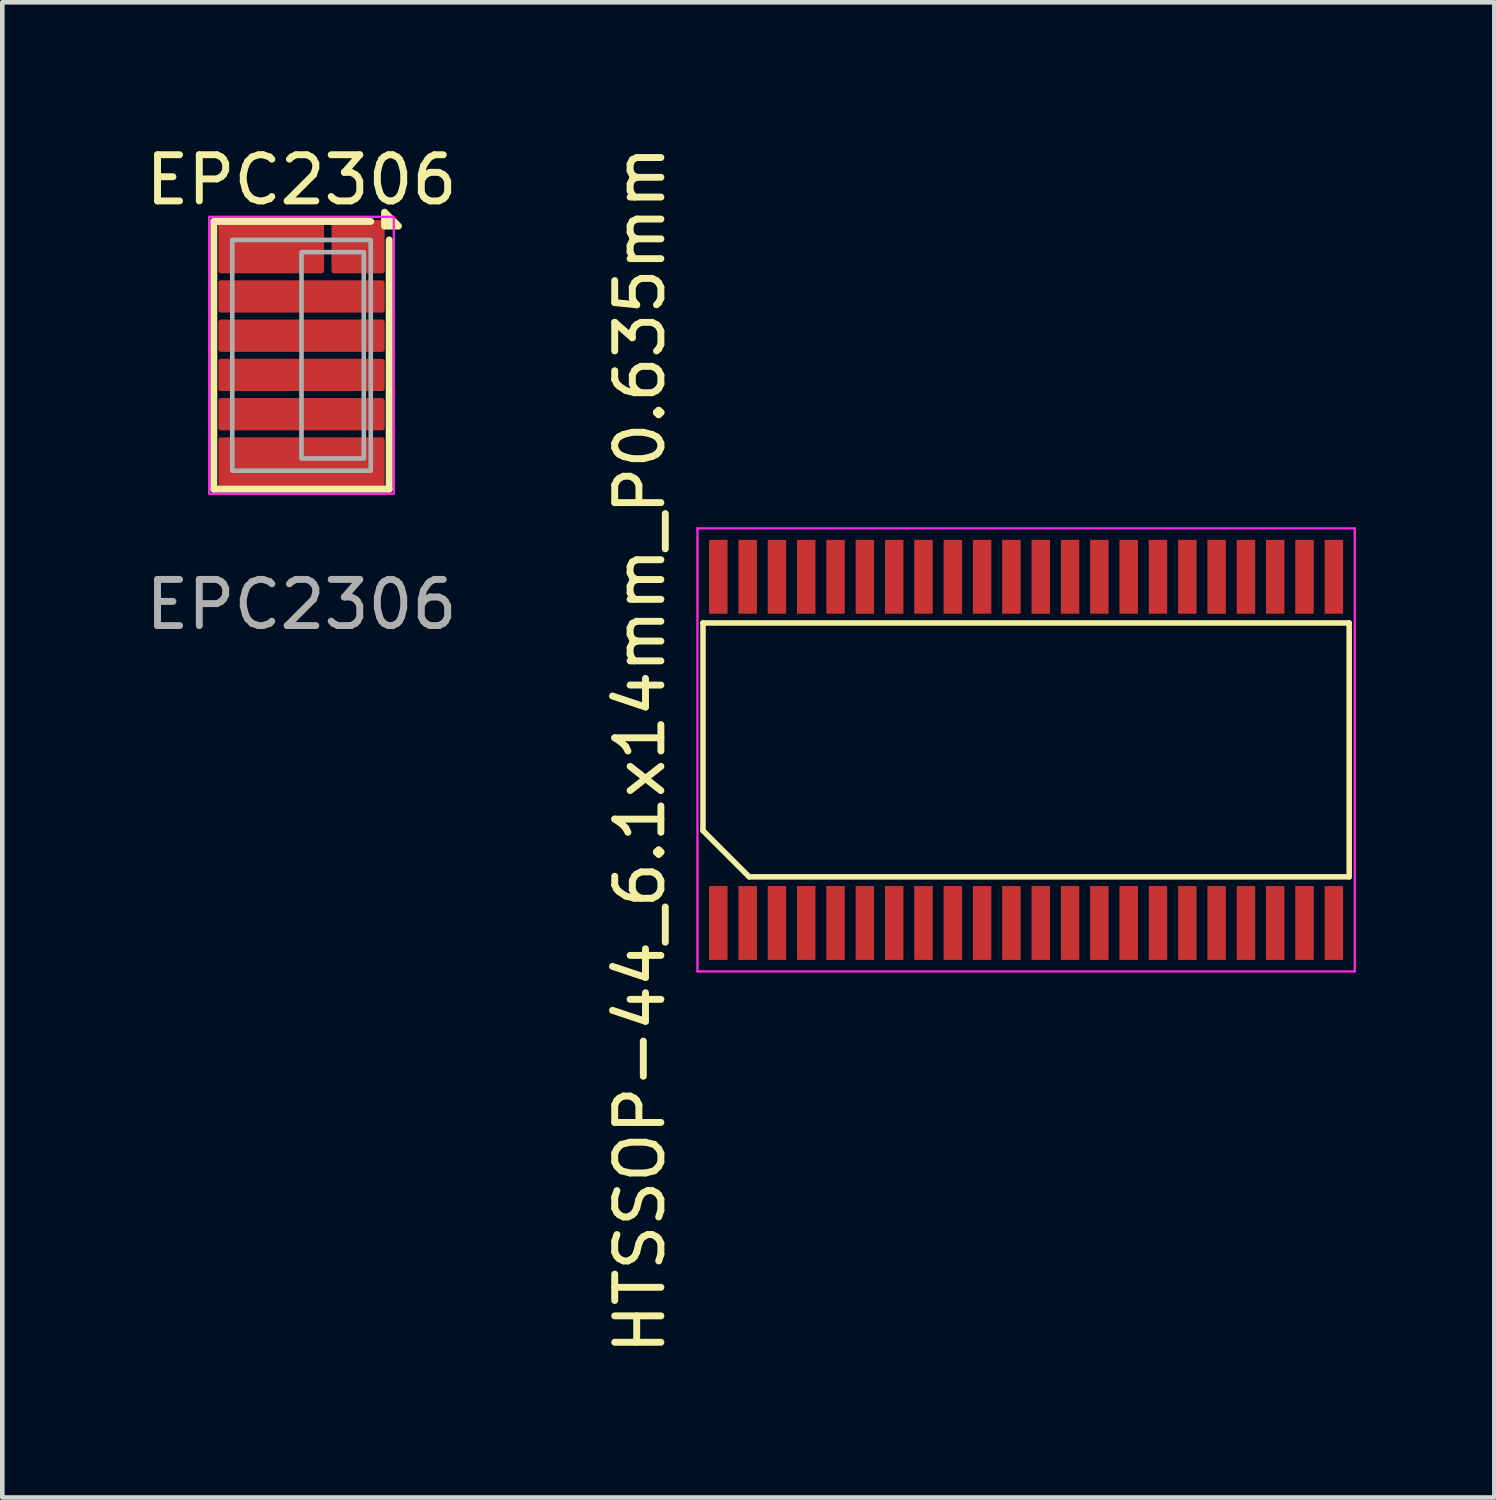
<source format=kicad_pcb>
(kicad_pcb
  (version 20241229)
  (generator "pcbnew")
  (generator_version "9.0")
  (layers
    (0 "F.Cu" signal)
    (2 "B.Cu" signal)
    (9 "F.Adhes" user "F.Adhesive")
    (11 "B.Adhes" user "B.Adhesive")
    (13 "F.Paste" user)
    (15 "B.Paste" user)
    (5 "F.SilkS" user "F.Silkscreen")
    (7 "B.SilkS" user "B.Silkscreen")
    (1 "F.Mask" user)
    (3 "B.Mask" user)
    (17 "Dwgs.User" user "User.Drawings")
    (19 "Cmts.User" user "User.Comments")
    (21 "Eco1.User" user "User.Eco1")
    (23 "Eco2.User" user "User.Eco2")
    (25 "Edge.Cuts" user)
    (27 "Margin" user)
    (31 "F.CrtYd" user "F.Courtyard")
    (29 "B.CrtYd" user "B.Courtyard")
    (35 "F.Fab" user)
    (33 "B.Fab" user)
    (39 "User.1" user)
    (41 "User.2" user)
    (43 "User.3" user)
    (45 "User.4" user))
  (footprint "HTSSOP-44_6.1x14mm_P0.635mm"
    (layer "F.Cu")
    (at 19.18 13.196)
    (property "Reference" "HTSSOP-44_6.1x14mm_P0.635mm" (at -8.367 0 90) (layer "F.SilkS") (effects (font (size 1 1) (thickness 0.15))))
    (attr smd)
    (fp_line (start -7 -2.75) (end 7 -2.75) (stroke (width 0.12) (type default)) (layer "F.SilkS"))
    (fp_line (start -7 1.75) (end -7 -2.75) (stroke (width 0.12) (type default)) (layer "F.SilkS"))
    (fp_line (start -6 2.75) (end -7 1.75) (stroke (width 0.12) (type default)) (layer "F.SilkS"))
    (fp_line (start 7 -2.75) (end 7 2.75) (stroke (width 0.12) (type default)) (layer "F.SilkS"))
    (fp_line (start 7 2.75) (end -6 2.75) (stroke (width 0.12) (type default)) (layer "F.SilkS"))
    (fp_line (start -7.12 -4.8) (end 7.12 -4.8) (stroke (width 0.05) (type default)) (layer "F.CrtYd"))
    (fp_line (start -7.12 4.8) (end -7.12 -4.8) (stroke (width 0.05) (type default)) (layer "F.CrtYd"))
    (fp_line (start 7.12 -4.8) (end 7.12 4.8) (stroke (width 0.05) (type default)) (layer "F.CrtYd"))
    (fp_line (start 7.12 4.8) (end -7.12 4.8) (stroke (width 0.05) (type default)) (layer "F.CrtYd"))
    (pad "1" smd rect (at -6.668 3.75) (size 0.4 1.6) (layers "F.Cu" "F.Mask" "F.Paste"))
    (pad "2" smd rect (at -6.032 3.75) (size 0.4 1.6) (layers "F.Cu" "F.Mask" "F.Paste"))
    (pad "3" smd rect (at -5.397 3.75) (size 0.4 1.6) (layers "F.Cu" "F.Mask" "F.Paste"))
    (pad "4" smd rect (at -4.763 3.75) (size 0.4 1.6) (layers "F.Cu" "F.Mask" "F.Paste"))
    (pad "5" smd rect (at -4.128 3.75) (size 0.4 1.6) (layers "F.Cu" "F.Mask" "F.Paste"))
    (pad "6" smd rect (at -3.493 3.75) (size 0.4 1.6) (layers "F.Cu" "F.Mask" "F.Paste"))
    (pad "7" smd rect (at -2.857 3.75) (size 0.4 1.6) (layers "F.Cu" "F.Mask" "F.Paste"))
    (pad "8" smd rect (at -2.223 3.75) (size 0.4 1.6) (layers "F.Cu" "F.Mask" "F.Paste"))
    (pad "9" smd rect (at -1.587 3.75) (size 0.4 1.6) (layers "F.Cu" "F.Mask" "F.Paste"))
    (pad "10" smd rect (at -0.953 3.75) (size 0.4 1.6) (layers "F.Cu" "F.Mask" "F.Paste"))
    (pad "11" smd rect (at -0.318 3.75) (size 0.4 1.6) (layers "F.Cu" "F.Mask" "F.Paste"))
    (pad "12" smd rect (at 0.318 3.75) (size 0.4 1.6) (layers "F.Cu" "F.Mask" "F.Paste"))
    (pad "13" smd rect (at 0.953 3.75) (size 0.4 1.6) (layers "F.Cu" "F.Mask" "F.Paste"))
    (pad "14" smd rect (at 1.587 3.75) (size 0.4 1.6) (layers "F.Cu" "F.Mask" "F.Paste"))
    (pad "15" smd rect (at 2.223 3.75) (size 0.4 1.6) (layers "F.Cu" "F.Mask" "F.Paste"))
    (pad "16" smd rect (at 2.857 3.75) (size 0.4 1.6) (layers "F.Cu" "F.Mask" "F.Paste"))
    (pad "17" smd rect (at 3.493 3.75) (size 0.4 1.6) (layers "F.Cu" "F.Mask" "F.Paste"))
    (pad "18" smd rect (at 4.128 3.75) (size 0.4 1.6) (layers "F.Cu" "F.Mask" "F.Paste"))
    (pad "19" smd rect (at 4.763 3.75) (size 0.4 1.6) (layers "F.Cu" "F.Mask" "F.Paste"))
    (pad "20" smd rect (at 5.397 3.75) (size 0.4 1.6) (layers "F.Cu" "F.Mask" "F.Paste"))
    (pad "21" smd rect (at 6.032 3.75) (size 0.4 1.6) (layers "F.Cu" "F.Mask" "F.Paste"))
    (pad "22" smd rect (at 6.668 3.75) (size 0.4 1.6) (layers "F.Cu" "F.Mask" "F.Paste"))
    (pad "23" smd rect (at 6.668 -3.75) (size 0.4 1.6) (layers "F.Cu" "F.Mask" "F.Paste"))
    (pad "24" smd rect (at 6.032 -3.75) (size 0.4 1.6) (layers "F.Cu" "F.Mask" "F.Paste"))
    (pad "25" smd rect (at 5.397 -3.75) (size 0.4 1.6) (layers "F.Cu" "F.Mask" "F.Paste"))
    (pad "26" smd rect (at 4.763 -3.75) (size 0.4 1.6) (layers "F.Cu" "F.Mask" "F.Paste"))
    (pad "27" smd rect (at 4.128 -3.75) (size 0.4 1.6) (layers "F.Cu" "F.Mask" "F.Paste"))
    (pad "28" smd rect (at 3.493 -3.75) (size 0.4 1.6) (layers "F.Cu" "F.Mask" "F.Paste"))
    (pad "29" smd rect (at 2.857 -3.75) (size 0.4 1.6) (layers "F.Cu" "F.Mask" "F.Paste"))
    (pad "30" smd rect (at 2.223 -3.75) (size 0.4 1.6) (layers "F.Cu" "F.Mask" "F.Paste"))
    (pad "31" smd rect (at 1.587 -3.75) (size 0.4 1.6) (layers "F.Cu" "F.Mask" "F.Paste"))
    (pad "32" smd rect (at 0.953 -3.75) (size 0.4 1.6) (layers "F.Cu" "F.Mask" "F.Paste"))
    (pad "33" smd rect (at 0.318 -3.75) (size 0.4 1.6) (layers "F.Cu" "F.Mask" "F.Paste"))
    (pad "34" smd rect (at -0.318 -3.75) (size 0.4 1.6) (layers "F.Cu" "F.Mask" "F.Paste"))
    (pad "35" smd rect (at -0.953 -3.75) (size 0.4 1.6) (layers "F.Cu" "F.Mask" "F.Paste"))
    (pad "36" smd rect (at -1.587 -3.75) (size 0.4 1.6) (layers "F.Cu" "F.Mask" "F.Paste"))
    (pad "37" smd rect (at -2.223 -3.75) (size 0.4 1.6) (layers "F.Cu" "F.Mask" "F.Paste"))
    (pad "38" smd rect (at -2.857 -3.75) (size 0.4 1.6) (layers "F.Cu" "F.Mask" "F.Paste"))
    (pad "39" smd rect (at -3.493 -3.75) (size 0.4 1.6) (layers "F.Cu" "F.Mask" "F.Paste"))
    (pad "40" smd rect (at -4.128 -3.75) (size 0.4 1.6) (layers "F.Cu" "F.Mask" "F.Paste"))
    (pad "41" smd rect (at -4.763 -3.75) (size 0.4 1.6) (layers "F.Cu" "F.Mask" "F.Paste"))
    (pad "42" smd rect (at -5.397 -3.75) (size 0.4 1.6) (layers "F.Cu" "F.Mask" "F.Paste"))
    (pad "43" smd rect (at -6.032 -3.75) (size 0.4 1.6) (layers "F.Cu" "F.Mask" "F.Paste"))
    (pad "44" smd rect (at -6.668 -3.75) (size 0.4 1.6) (layers "F.Cu" "F.Mask" "F.Paste")))
  (footprint "EPC2306"
    (layer "F.Cu")
    (at 3.482 4.648)
    (property "Reference" "EPC2306" (at 0 -3.8 0) (unlocked yes) (layer "F.SilkS") (effects (font (size 1 1) (thickness 0.15))))
    (attr smd)
    (fp_line (start -1.9 -2.9) (end 1.5 -2.9) (stroke (width 0.15) (type default)) (layer "F.SilkS"))
    (fp_line (start -1.9 2.9) (end -1.9 -2.9) (stroke (width 0.15) (type default)) (layer "F.SilkS"))
    (fp_line (start 1.9 -2.5) (end 1.9 2.9) (stroke (width 0.15) (type default)) (layer "F.SilkS"))
    (fp_line (start 1.9 2.9) (end -1.9 2.9) (stroke (width 0.15) (type default)) (layer "F.SilkS"))
    (fp_poly (pts (xy 1.8 -2.8) (xy 2.1 -2.8) (xy 1.8 -3.1)) (stroke (width 0.15) (type solid)) (fill yes) (layer "F.SilkS"))
    (fp_rect (start -2 -3) (end 2 3) (stroke (width 0.05) (type default)) (fill no) (layer "F.CrtYd"))
    (fp_rect (start -1.5 -2.5) (end 1.5 2.5) (stroke (width 0.1) (type default)) (fill no) (layer "F.Fab"))
    (fp_rect (start 0 -2.235) (end 1.35 2.235) (stroke (width 0.1) (type default)) (fill no) (layer "F.Fab"))
    (fp_text user "${REFERENCE}" (at 0 5.4 0) (unlocked yes) (layer "F.Fab") (effects (font (size 1 1) (thickness 0.15))))
    (pad "" smd custom (at -0.65 -2.175) (size 0.4 0.4) (layers "F.Mask" "F.Paste") (options (anchor circle)) (primitives (gr_rect (start -1 -0.185) (end 1 0.185) (width 0.1) (fill yes)) (gr_rect (start 0.75 -0.475) (end 1 0.075) (width 0.1) (fill yes)) (gr_rect (start 0.19 -0.475) (end 0.46 0.075) (width 0.1) (fill yes)) (gr_rect (start -0.46 -0.475) (end -0.19 0.075) (width 0.1) (fill yes))))
    (pad "" smd custom (at 0 -1.275) (size 0.3 0.3) (layers "F.Mask" "F.Paste") (options (anchor circle)) (primitives (gr_rect (start -1.65 -0.135) (end 1.65 0.135) (width 0.1) (fill yes))))
    (pad "" smd custom (at 0 -0.425) (size 0.3 0.3) (layers "F.Mask" "F.Paste") (options (anchor circle)) (primitives (gr_rect (start -1.65 -0.135) (end 1.65 0.135) (width 0.1) (fill yes))))
    (pad "" smd custom (at 0 0.425) (size 0.3 0.3) (layers "F.Mask" "F.Paste") (options (anchor circle)) (primitives (gr_rect (start -1.65 -0.135) (end 1.65 0.135) (width 0.1) (fill yes))))
    (pad "" smd custom (at 0 1.275) (size 0.3 0.3) (layers "F.Mask" "F.Paste") (options (anchor circle)) (primitives (gr_rect (start -1.65 -0.135) (end 1.65 0.135) (width 0.1) (fill yes))))
    (pad "" smd custom (at 0 2.175) (size 0.3 0.3) (layers "F.Mask" "F.Paste") (options (anchor circle)) (primitives (gr_rect (start 0.19 -0.075) (end 0.46 0.475) (width 0.1) (fill yes)) (gr_rect (start -0.46 -0.075) (end -0.19 0.475) (width 0.1) (fill yes)) (gr_rect (start -1.65 -0.185) (end 1.65 0.185) (width 0.1) (fill yes)) (gr_rect (start 0.84 -0.075) (end 1.11 0.475) (width 0.1) (fill yes)) (gr_rect (start -1.11 -0.075) (end -0.84 0.475) (width 0.1) (fill yes))))
    (pad "" smd custom (at 1.212 -2.175) (size 0.4 0.4) (layers "F.Mask" "F.Paste") (options (anchor circle)) (primitives (gr_rect (start -0.362 -0.475) (end -0.112 0.075) (width 0.1) (fill yes)) (gr_rect (start -0.447 -0.185) (end 0.438 0.185) (width 0.1) (fill yes))))
    (pad "1" smd custom (at 1.225 -2.352) (size 0.4 0.4) (layers "F.Cu") (options (anchor circle)) (primitives (gr_rect (start -0.525 -0.526) (end 0.525 0.526) (width 0.1) (fill yes))))
    (pad "2" smd custom (at -0.655 -2.352) (size 0.4 0.4) (layers "F.Cu") (options (anchor circle)) (primitives (gr_rect (start -1.095 -0.526) (end 1.095 0.526) (width 0.1) (fill yes))))
    (pad "3" smd custom (at 0 -1.275) (size 0.4 0.4) (layers "F.Cu") (options (anchor circle)) (primitives (gr_rect (start -1.75 -0.3) (end 1.75 0.3) (width 0.1) (fill yes))))
    (pad "4" smd custom (at 0 -0.425) (size 0.4 0.4) (layers "F.Cu") (options (anchor circle)) (primitives (gr_rect (start -1.75 -0.3) (end 1.75 0.3) (width 0.1) (fill yes))))
    (pad "5" smd custom (at 0 0.425) (size 0.4 0.4) (layers "F.Cu") (options (anchor circle)) (primitives (gr_rect (start -1.75 -0.3) (end 1.75 0.3) (width 0.1) (fill yes))))
    (pad "6" smd custom (at 0 1.275) (size 0.4 0.4) (layers "F.Cu") (options (anchor circle)) (primitives (gr_rect (start -1.75 -0.3) (end 1.75 0.3) (width 0.1) (fill yes))))
    (pad "7" smd custom (at 0 2.352) (size 0.4 0.4) (layers "F.Cu") (options (anchor circle)) (primitives (gr_rect (start -1.75 -0.526) (end 1.75 0.526) (width 0.1) (fill yes)))))
  (gr_rect
    (start -3 -3)
    (end 29.325 29.393)
    (stroke (width 0.1) (type default))
    (fill no)
    (layer "Edge.Cuts")))
</source>
